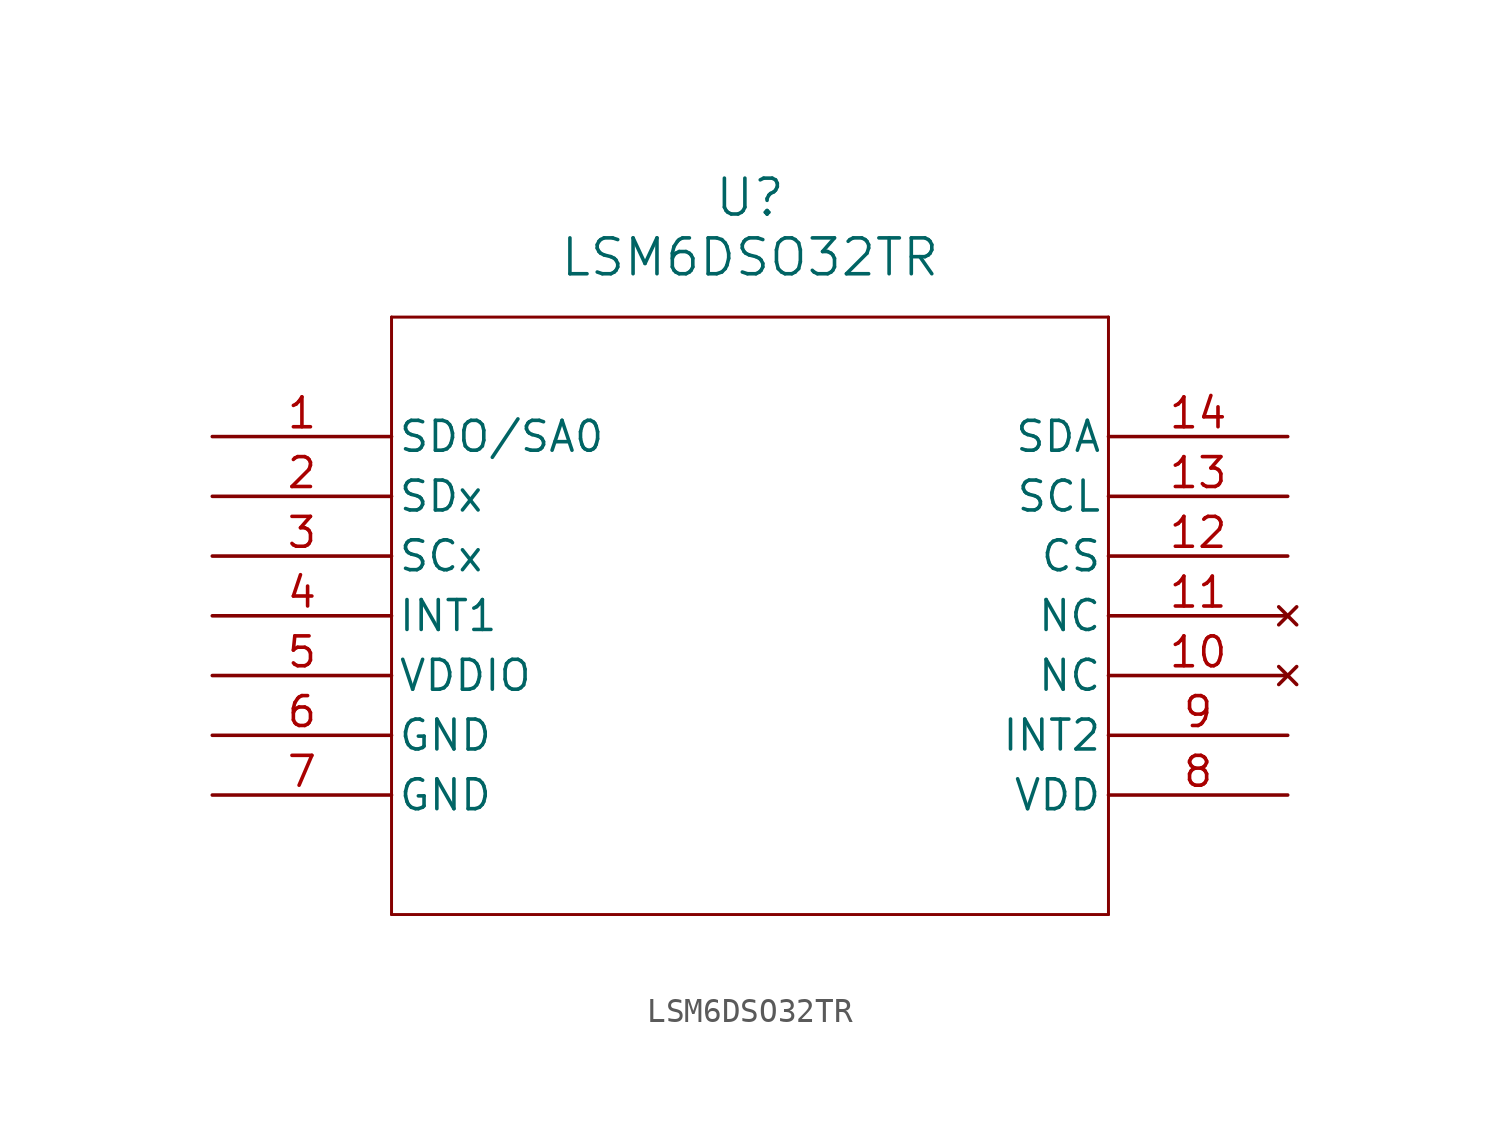
<source format=kicad_sym>
(kicad_symbol_lib
  (version 20241209)
  (generator "kicad_symbol_editor")
  (generator_version "9.0")
  (symbol "LSM6DSO32TR"
    (pin_names
      (offset 0.254))
    (property "Reference" "U"
      (at 22.86 10.16 0)
      (effects (font (size 1.524 1.524))))
    (property "Value" "LSM6DSO32TR"
      (at 22.86 7.62 0)
      (effects (font (size 1.524 1.524))))
    (property "ki_locked" ""
      (at 0 0 0)
      (effects (font (size 1.27 1.27))))
    (symbol "LSM6DSO32TR_0_1"
      (polyline (pts (xy 7.62 5.08) (xy 7.62 -20.32)) (stroke (width 0.127) (type default)) (fill (type none)))
      (polyline (pts (xy 7.62 -20.32) (xy 38.1 -20.32)) (stroke (width 0.127) (type default)) (fill (type none)))
      (polyline (pts (xy 38.1 5.08) (xy 7.62 5.08)) (stroke (width 0.127) (type default)) (fill (type none)))
      (polyline (pts (xy 38.1 -20.32) (xy 38.1 5.08)) (stroke (width 0.127) (type default)) (fill (type none)))
      (pin bidirectional line (at 0 0 0) (length 7.62) (name "SDO/SA0" (effects (font (size 1.27 1.27)))) (number "1" (effects (font (size 1.27 1.27)))))
      (pin unspecified line (at 0 -2.54 0) (length 7.62) (name "SDx" (effects (font (size 1.27 1.27)))) (number "2" (effects (font (size 1.27 1.27)))))
      (pin unspecified line (at 0 -5.08 0) (length 7.62) (name "SCx" (effects (font (size 1.27 1.27)))) (number "3" (effects (font (size 1.27 1.27)))))
      (pin output line (at 0 -7.62 0) (length 7.62) (name "INT1" (effects (font (size 1.27 1.27)))) (number "4" (effects (font (size 1.27 1.27)))))
      (pin power_in line (at 0 -10.16 0) (length 7.62) (name "VDDIO" (effects (font (size 1.27 1.27)))) (number "5" (effects (font (size 1.27 1.27)))))
      (pin power_out line (at 0 -12.7 0) (length 7.62) (name "GND" (effects (font (size 1.27 1.27)))) (number "6" (effects (font (size 1.27 1.27)))))
      (pin power_out line (at 0 -15.24 0) (length 7.62) (name "GND" (effects (font (size 1.27 1.27)))) (number "7" (effects (font (size 1.27 1.27)))))
      (pin bidirectional line (at 45.72 0 180) (length 7.62) (name "SDA" (effects (font (size 1.27 1.27)))) (number "14" (effects (font (size 1.27 1.27)))))
      (pin input line (at 45.72 -2.54 180) (length 7.62) (name "SCL" (effects (font (size 1.27 1.27)))) (number "13" (effects (font (size 1.27 1.27)))))
      (pin input line (at 45.72 -5.08 180) (length 7.62) (name "CS" (effects (font (size 1.27 1.27)))) (number "12" (effects (font (size 1.27 1.27)))))
      (pin no_connect line (at 45.72 -7.62 180) (length 7.62) (name "NC" (effects (font (size 1.27 1.27)))) (number "11" (effects (font (size 1.27 1.27)))))
      (pin no_connect line (at 45.72 -10.16 180) (length 7.62) (name "NC" (effects (font (size 1.27 1.27)))) (number "10" (effects (font (size 1.27 1.27)))))
      (pin output line (at 45.72 -12.7 180) (length 7.62) (name "INT2" (effects (font (size 1.27 1.27)))) (number "9" (effects (font (size 1.27 1.27)))))
      (pin power_in line (at 45.72 -15.24 180) (length 7.62) (name "VDD" (effects (font (size 1.27 1.27)))) (number "8" (effects (font (size 1.27 1.27))))))))
</source>
